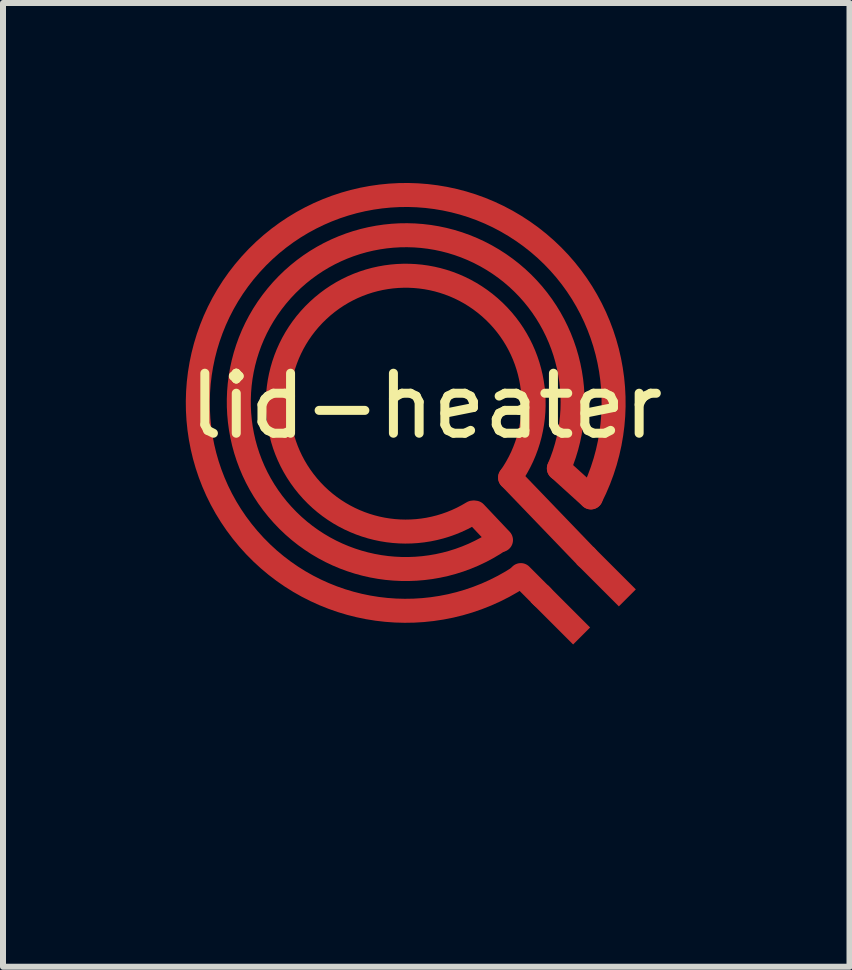
<source format=kicad_pcb>
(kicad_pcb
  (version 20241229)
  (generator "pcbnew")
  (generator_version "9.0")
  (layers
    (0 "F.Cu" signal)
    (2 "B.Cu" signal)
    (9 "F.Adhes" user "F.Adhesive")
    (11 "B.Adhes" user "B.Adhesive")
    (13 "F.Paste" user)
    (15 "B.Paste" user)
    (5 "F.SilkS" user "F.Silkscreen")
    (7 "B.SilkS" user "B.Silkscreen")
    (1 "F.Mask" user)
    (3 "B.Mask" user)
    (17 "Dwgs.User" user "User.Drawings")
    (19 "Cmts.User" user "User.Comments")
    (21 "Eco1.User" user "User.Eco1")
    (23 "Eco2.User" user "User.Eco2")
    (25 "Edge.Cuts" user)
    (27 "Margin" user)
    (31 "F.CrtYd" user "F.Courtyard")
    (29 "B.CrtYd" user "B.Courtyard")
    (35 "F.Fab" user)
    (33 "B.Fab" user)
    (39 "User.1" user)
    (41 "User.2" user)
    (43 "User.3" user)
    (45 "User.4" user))
  (footprint "lid-heater"
    (layer "F.Cu")
    (at 4.054 9.811)
    (property "Reference" "lid-heater" (at 0 -6.096 0) (layer "F.SilkS") (effects (font (size 1 1) (thickness 0.15))))
    (attr through_hole)
    (fp_line (start 1.245 -3.861) (end 0.813 -4.318) (stroke (width 0.4) (type solid)) (layer "F.Cu"))
    (fp_line (start 1.397 -4.902) (end 2.667 -3.581) (stroke (width 0.4) (type solid)) (layer "F.Cu"))
    (fp_line (start 1.93 -2.921) (end 1.575 -3.277) (stroke (width 0.4) (type solid)) (layer "F.Cu"))
    (fp_line (start 2.743 -4.572) (end 2.21 -5.055) (stroke (width 0.4) (type solid)) (layer "F.Cu"))
    (fp_arc (start 0.775072 -4.318895) (mid -1.801296 -7.689063) (end 1.397 -4.9022) (stroke (width 0.4) (type solid)) (layer "F.Cu"))
    (fp_arc (start 1.231356 -3.866293) (mid -2.490214 -7.927584) (end 2.2098 -5.0546) (stroke (width 0.4) (type solid)) (layer "F.Cu"))
    (fp_arc (start 1.566159 -3.255519) (mid -2.925764 -8.456091) (end 2.7432 -4.572) (stroke (width 0.4) (type solid)) (layer "F.Cu"))
    (pad "1" smd rect (at 2.235 -2.616 135) (size 1 0.4) (layers "F.Cu" "F.Paste"))
    (pad "1" smd rect (at 2.997 -3.251 135) (size 1 0.4) (layers "F.Cu" "F.Paste")))
  (gr_rect
    (start -3 -3)
    (end 11.107 13.061)
    (stroke (width 0.1) (type default))
    (fill no)
    (layer "Edge.Cuts")))
</source>
